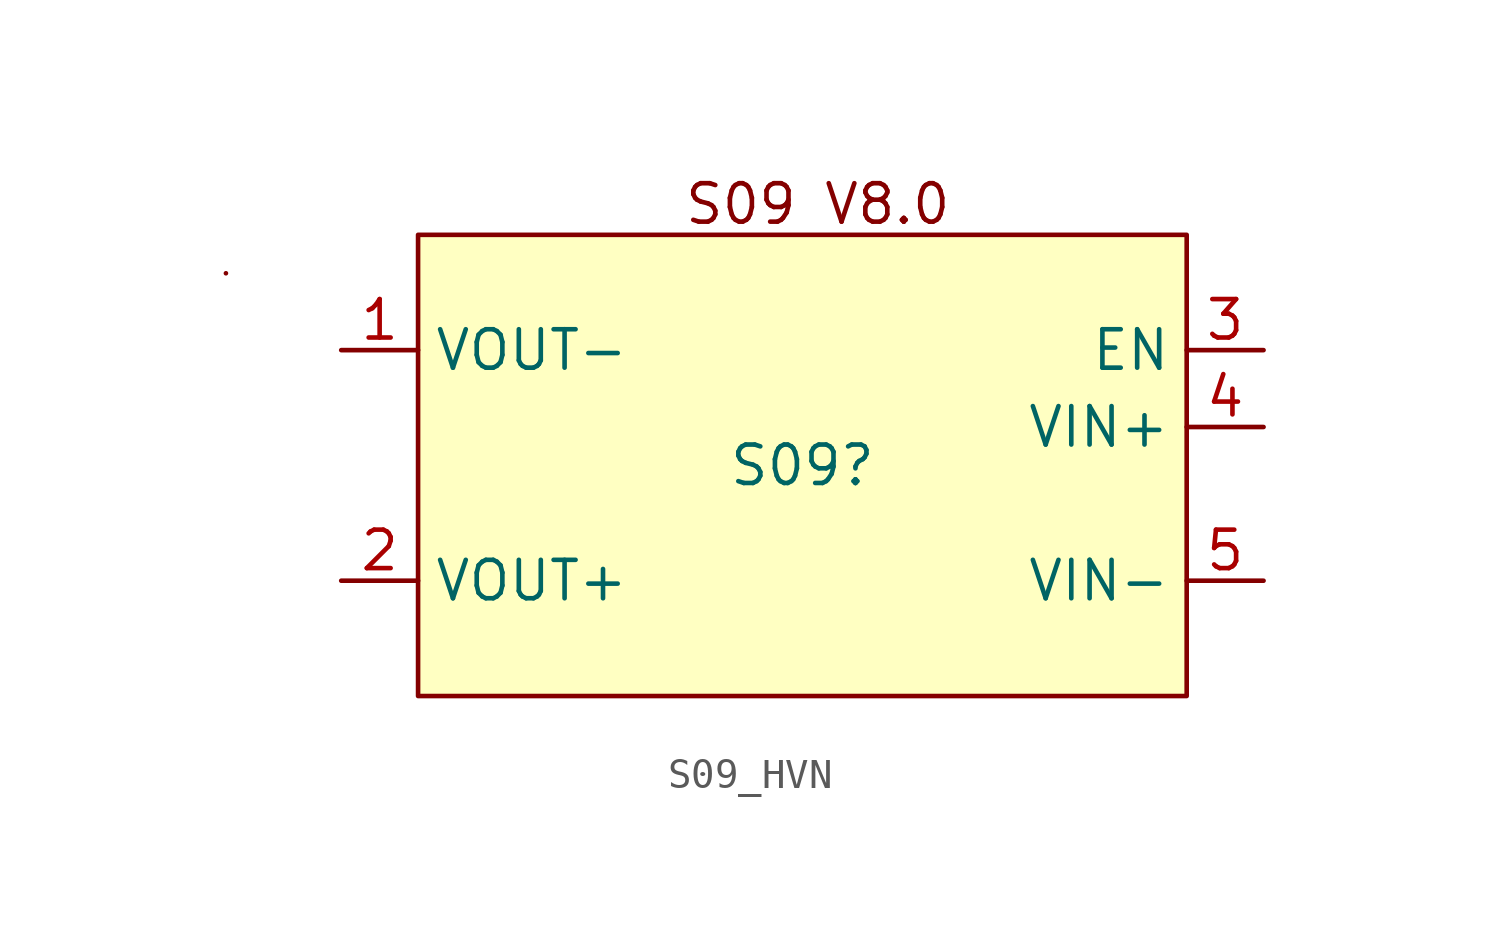
<source format=kicad_sym>
(kicad_symbol_lib
  (version 20231120)
  (generator "kicad_symbol_editor")
  (generator_version "8.0")
  (symbol "S09_HVN"
    (property "Reference" "S09"
      (at 0 0 0)
      (effects (font (size 1.27 1.27))))
    (property "Value" ""
      (at 0 1.27 0)
      (effects (font (size 1.27 1.27))))
    (property "Footprint" ""
      (at 0 1.27 0)
      (effects (font (size 1.27 1.27))))
    (symbol "S09_HVN_0_1"
      (rectangle (start -19.05 6.35) (end -19.05 6.35) (stroke (width 0) (type default)) (fill (type none))))
    (symbol "S09_HVN_1_1"
      (rectangle (start -12.7 7.62) (end 12.7 -7.62) (stroke (width 0) (type default)) (fill (type background)))
      (text "S09 V8.0\n" (at 0.508 8.636 0) (effects (font (size 1.27 1.27))))
      (pin output line (at -15.24 3.81 0) (length 2.54) (name "VOUT-" (effects (font (size 1.27 1.27)))) (number "1" (effects (font (size 1.27 1.27)))))
      (pin output line (at -15.24 -3.81 0) (length 2.54) (name "VOUT+" (effects (font (size 1.27 1.27)))) (number "2" (effects (font (size 1.27 1.27)))))
      (pin input line (at 15.24 3.81 180) (length 2.54) (name "EN" (effects (font (size 1.27 1.27)))) (number "3" (effects (font (size 1.27 1.27)))))
      (pin input line (at 15.24 1.27 180) (length 2.54) (name "VIN+" (effects (font (size 1.27 1.27)))) (number "4" (effects (font (size 1.27 1.27)))))
      (pin input line (at 15.24 -3.81 180) (length 2.54) (name "VIN-" (effects (font (size 1.27 1.27)))) (number "5" (effects (font (size 1.27 1.27))))))))
</source>
